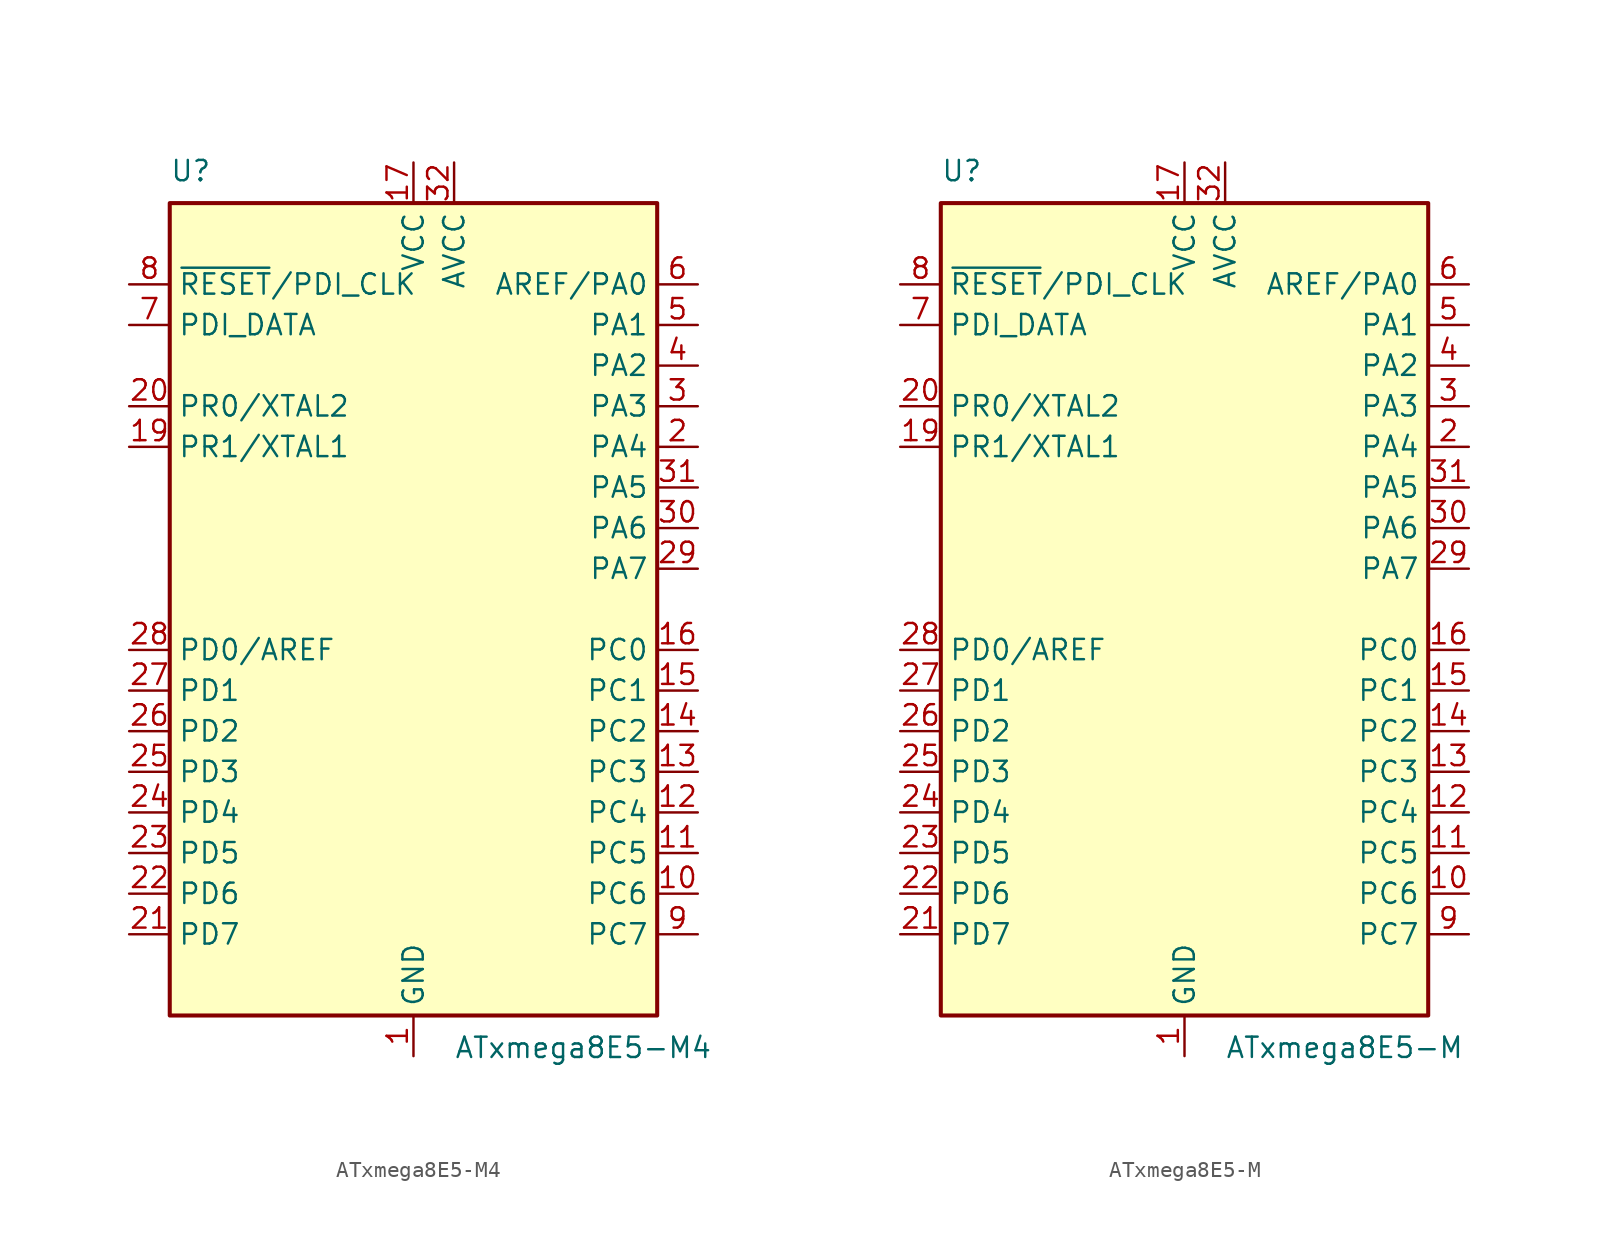
<source format=kicad_sym>
(kicad_symbol_lib
  (version 20201005)
  (generator kicad_symbol_editor)
  (symbol "ATxmega8E5-M4"
    (property "Reference" "U"
      (at -15.24 26.67 0)
      (effects (font (size 1.27 1.27)) (justify left bottom)))
    (property "Value" "ATxmega8E5-M4"
      (at 2.54 -26.67 0)
      (effects (font (size 1.27 1.27)) (justify left top)))
    (symbol "ATxmega8E5-M4_0_1"
      (rectangle (start -15.24 -25.4) (end 15.24 25.4) (stroke (width 0.254)) (fill (type background))))
    (symbol "ATxmega8E5-M4_1_1"
      (pin power_in line (at 0 -27.94 90) (length 2.54) (name "GND" (effects (font (size 1.27 1.27)))) (number "1" (effects (font (size 1.27 1.27)))))
      (pin bidirectional line (at 17.78 -17.78 180) (length 2.54) (name "PC6" (effects (font (size 1.27 1.27)))) (number "10" (effects (font (size 1.27 1.27)))))
      (pin bidirectional line (at 17.78 -15.24 180) (length 2.54) (name "PC5" (effects (font (size 1.27 1.27)))) (number "11" (effects (font (size 1.27 1.27)))))
      (pin bidirectional line (at 17.78 -12.7 180) (length 2.54) (name "PC4" (effects (font (size 1.27 1.27)))) (number "12" (effects (font (size 1.27 1.27)))))
      (pin bidirectional line (at 17.78 -10.16 180) (length 2.54) (name "PC3" (effects (font (size 1.27 1.27)))) (number "13" (effects (font (size 1.27 1.27)))))
      (pin bidirectional line (at 17.78 -7.62 180) (length 2.54) (name "PC2" (effects (font (size 1.27 1.27)))) (number "14" (effects (font (size 1.27 1.27)))))
      (pin bidirectional line (at 17.78 -5.08 180) (length 2.54) (name "PC1" (effects (font (size 1.27 1.27)))) (number "15" (effects (font (size 1.27 1.27)))))
      (pin bidirectional line (at 17.78 -2.54 180) (length 2.54) (name "PC0" (effects (font (size 1.27 1.27)))) (number "16" (effects (font (size 1.27 1.27)))))
      (pin power_in line (at 0 27.94 270) (length 2.54) (name "VCC" (effects (font (size 1.27 1.27)))) (number "17" (effects (font (size 1.27 1.27)))))
      (pin passive line (at 0 -27.94 90) (length 2.54) hide (name "GND" (effects (font (size 1.27 1.27)))) (number "18" (effects (font (size 1.27 1.27)))))
      (pin bidirectional line (at -17.78 10.16 0) (length 2.54) (name "PR1/XTAL1" (effects (font (size 1.27 1.27)))) (number "19" (effects (font (size 1.27 1.27)))))
      (pin bidirectional line (at 17.78 10.16 180) (length 2.54) (name "PA4" (effects (font (size 1.27 1.27)))) (number "2" (effects (font (size 1.27 1.27)))))
      (pin bidirectional line (at -17.78 12.7 0) (length 2.54) (name "PR0/XTAL2" (effects (font (size 1.27 1.27)))) (number "20" (effects (font (size 1.27 1.27)))))
      (pin bidirectional line (at -17.78 -20.32 0) (length 2.54) (name "PD7" (effects (font (size 1.27 1.27)))) (number "21" (effects (font (size 1.27 1.27)))))
      (pin bidirectional line (at -17.78 -17.78 0) (length 2.54) (name "PD6" (effects (font (size 1.27 1.27)))) (number "22" (effects (font (size 1.27 1.27)))))
      (pin bidirectional line (at -17.78 -15.24 0) (length 2.54) (name "PD5" (effects (font (size 1.27 1.27)))) (number "23" (effects (font (size 1.27 1.27)))))
      (pin bidirectional line (at -17.78 -12.7 0) (length 2.54) (name "PD4" (effects (font (size 1.27 1.27)))) (number "24" (effects (font (size 1.27 1.27)))))
      (pin bidirectional line (at -17.78 -10.16 0) (length 2.54) (name "PD3" (effects (font (size 1.27 1.27)))) (number "25" (effects (font (size 1.27 1.27)))))
      (pin bidirectional line (at -17.78 -7.62 0) (length 2.54) (name "PD2" (effects (font (size 1.27 1.27)))) (number "26" (effects (font (size 1.27 1.27)))))
      (pin bidirectional line (at -17.78 -5.08 0) (length 2.54) (name "PD1" (effects (font (size 1.27 1.27)))) (number "27" (effects (font (size 1.27 1.27)))))
      (pin bidirectional line (at -17.78 -2.54 0) (length 2.54) (name "PD0/AREF" (effects (font (size 1.27 1.27)))) (number "28" (effects (font (size 1.27 1.27)))))
      (pin bidirectional line (at 17.78 2.54 180) (length 2.54) (name "PA7" (effects (font (size 1.27 1.27)))) (number "29" (effects (font (size 1.27 1.27)))))
      (pin bidirectional line (at 17.78 12.7 180) (length 2.54) (name "PA3" (effects (font (size 1.27 1.27)))) (number "3" (effects (font (size 1.27 1.27)))))
      (pin bidirectional line (at 17.78 5.08 180) (length 2.54) (name "PA6" (effects (font (size 1.27 1.27)))) (number "30" (effects (font (size 1.27 1.27)))))
      (pin bidirectional line (at 17.78 7.62 180) (length 2.54) (name "PA5" (effects (font (size 1.27 1.27)))) (number "31" (effects (font (size 1.27 1.27)))))
      (pin power_in line (at 2.54 27.94 270) (length 2.54) (name "AVCC" (effects (font (size 1.27 1.27)))) (number "32" (effects (font (size 1.27 1.27)))))
      (pin passive line (at 0 -27.94 90) (length 2.54) hide (name "GND" (effects (font (size 1.27 1.27)))) (number "33" (effects (font (size 1.27 1.27)))))
      (pin bidirectional line (at 17.78 15.24 180) (length 2.54) (name "PA2" (effects (font (size 1.27 1.27)))) (number "4" (effects (font (size 1.27 1.27)))))
      (pin bidirectional line (at 17.78 17.78 180) (length 2.54) (name "PA1" (effects (font (size 1.27 1.27)))) (number "5" (effects (font (size 1.27 1.27)))))
      (pin bidirectional line (at 17.78 20.32 180) (length 2.54) (name "AREF/PA0" (effects (font (size 1.27 1.27)))) (number "6" (effects (font (size 1.27 1.27)))))
      (pin bidirectional line (at -17.78 17.78 0) (length 2.54) (name "PDI_DATA" (effects (font (size 1.27 1.27)))) (number "7" (effects (font (size 1.27 1.27)))))
      (pin input line (at -17.78 20.32 0) (length 2.54) (name "~RESET~/PDI_CLK" (effects (font (size 1.27 1.27)))) (number "8" (effects (font (size 1.27 1.27)))))
      (pin bidirectional line (at 17.78 -20.32 180) (length 2.54) (name "PC7" (effects (font (size 1.27 1.27)))) (number "9" (effects (font (size 1.27 1.27)))))))
  (symbol "ATxmega8E5-M"
    (property "Reference" "U"
      (at -15.24 26.67 0)
      (effects (font (size 1.27 1.27)) (justify left bottom)))
    (property "Value" "ATxmega8E5-M"
      (at 2.54 -26.67 0)
      (effects (font (size 1.27 1.27)) (justify left top)))
    (symbol "ATxmega8E5-M_0_1"
      (rectangle (start -15.24 -25.4) (end 15.24 25.4) (stroke (width 0.254)) (fill (type background))))
    (symbol "ATxmega8E5-M_1_1"
      (pin power_in line (at 0 -27.94 90) (length 2.54) (name "GND" (effects (font (size 1.27 1.27)))) (number "1" (effects (font (size 1.27 1.27)))))
      (pin bidirectional line (at 17.78 -17.78 180) (length 2.54) (name "PC6" (effects (font (size 1.27 1.27)))) (number "10" (effects (font (size 1.27 1.27)))))
      (pin bidirectional line (at 17.78 -15.24 180) (length 2.54) (name "PC5" (effects (font (size 1.27 1.27)))) (number "11" (effects (font (size 1.27 1.27)))))
      (pin bidirectional line (at 17.78 -12.7 180) (length 2.54) (name "PC4" (effects (font (size 1.27 1.27)))) (number "12" (effects (font (size 1.27 1.27)))))
      (pin bidirectional line (at 17.78 -10.16 180) (length 2.54) (name "PC3" (effects (font (size 1.27 1.27)))) (number "13" (effects (font (size 1.27 1.27)))))
      (pin bidirectional line (at 17.78 -7.62 180) (length 2.54) (name "PC2" (effects (font (size 1.27 1.27)))) (number "14" (effects (font (size 1.27 1.27)))))
      (pin bidirectional line (at 17.78 -5.08 180) (length 2.54) (name "PC1" (effects (font (size 1.27 1.27)))) (number "15" (effects (font (size 1.27 1.27)))))
      (pin bidirectional line (at 17.78 -2.54 180) (length 2.54) (name "PC0" (effects (font (size 1.27 1.27)))) (number "16" (effects (font (size 1.27 1.27)))))
      (pin power_in line (at 0 27.94 270) (length 2.54) (name "VCC" (effects (font (size 1.27 1.27)))) (number "17" (effects (font (size 1.27 1.27)))))
      (pin passive line (at 0 -27.94 90) (length 2.54) hide (name "GND" (effects (font (size 1.27 1.27)))) (number "18" (effects (font (size 1.27 1.27)))))
      (pin bidirectional line (at -17.78 10.16 0) (length 2.54) (name "PR1/XTAL1" (effects (font (size 1.27 1.27)))) (number "19" (effects (font (size 1.27 1.27)))))
      (pin bidirectional line (at 17.78 10.16 180) (length 2.54) (name "PA4" (effects (font (size 1.27 1.27)))) (number "2" (effects (font (size 1.27 1.27)))))
      (pin bidirectional line (at -17.78 12.7 0) (length 2.54) (name "PR0/XTAL2" (effects (font (size 1.27 1.27)))) (number "20" (effects (font (size 1.27 1.27)))))
      (pin bidirectional line (at -17.78 -20.32 0) (length 2.54) (name "PD7" (effects (font (size 1.27 1.27)))) (number "21" (effects (font (size 1.27 1.27)))))
      (pin bidirectional line (at -17.78 -17.78 0) (length 2.54) (name "PD6" (effects (font (size 1.27 1.27)))) (number "22" (effects (font (size 1.27 1.27)))))
      (pin bidirectional line (at -17.78 -15.24 0) (length 2.54) (name "PD5" (effects (font (size 1.27 1.27)))) (number "23" (effects (font (size 1.27 1.27)))))
      (pin bidirectional line (at -17.78 -12.7 0) (length 2.54) (name "PD4" (effects (font (size 1.27 1.27)))) (number "24" (effects (font (size 1.27 1.27)))))
      (pin bidirectional line (at -17.78 -10.16 0) (length 2.54) (name "PD3" (effects (font (size 1.27 1.27)))) (number "25" (effects (font (size 1.27 1.27)))))
      (pin bidirectional line (at -17.78 -7.62 0) (length 2.54) (name "PD2" (effects (font (size 1.27 1.27)))) (number "26" (effects (font (size 1.27 1.27)))))
      (pin bidirectional line (at -17.78 -5.08 0) (length 2.54) (name "PD1" (effects (font (size 1.27 1.27)))) (number "27" (effects (font (size 1.27 1.27)))))
      (pin bidirectional line (at -17.78 -2.54 0) (length 2.54) (name "PD0/AREF" (effects (font (size 1.27 1.27)))) (number "28" (effects (font (size 1.27 1.27)))))
      (pin bidirectional line (at 17.78 2.54 180) (length 2.54) (name "PA7" (effects (font (size 1.27 1.27)))) (number "29" (effects (font (size 1.27 1.27)))))
      (pin bidirectional line (at 17.78 12.7 180) (length 2.54) (name "PA3" (effects (font (size 1.27 1.27)))) (number "3" (effects (font (size 1.27 1.27)))))
      (pin bidirectional line (at 17.78 5.08 180) (length 2.54) (name "PA6" (effects (font (size 1.27 1.27)))) (number "30" (effects (font (size 1.27 1.27)))))
      (pin bidirectional line (at 17.78 7.62 180) (length 2.54) (name "PA5" (effects (font (size 1.27 1.27)))) (number "31" (effects (font (size 1.27 1.27)))))
      (pin power_in line (at 2.54 27.94 270) (length 2.54) (name "AVCC" (effects (font (size 1.27 1.27)))) (number "32" (effects (font (size 1.27 1.27)))))
      (pin passive line (at 0 -27.94 90) (length 2.54) hide (name "GND" (effects (font (size 1.27 1.27)))) (number "33" (effects (font (size 1.27 1.27)))))
      (pin bidirectional line (at 17.78 15.24 180) (length 2.54) (name "PA2" (effects (font (size 1.27 1.27)))) (number "4" (effects (font (size 1.27 1.27)))))
      (pin bidirectional line (at 17.78 17.78 180) (length 2.54) (name "PA1" (effects (font (size 1.27 1.27)))) (number "5" (effects (font (size 1.27 1.27)))))
      (pin bidirectional line (at 17.78 20.32 180) (length 2.54) (name "AREF/PA0" (effects (font (size 1.27 1.27)))) (number "6" (effects (font (size 1.27 1.27)))))
      (pin bidirectional line (at -17.78 17.78 0) (length 2.54) (name "PDI_DATA" (effects (font (size 1.27 1.27)))) (number "7" (effects (font (size 1.27 1.27)))))
      (pin input line (at -17.78 20.32 0) (length 2.54) (name "~RESET~/PDI_CLK" (effects (font (size 1.27 1.27)))) (number "8" (effects (font (size 1.27 1.27)))))
      (pin bidirectional line (at 17.78 -20.32 180) (length 2.54) (name "PC7" (effects (font (size 1.27 1.27)))) (number "9" (effects (font (size 1.27 1.27))))))))
</source>
